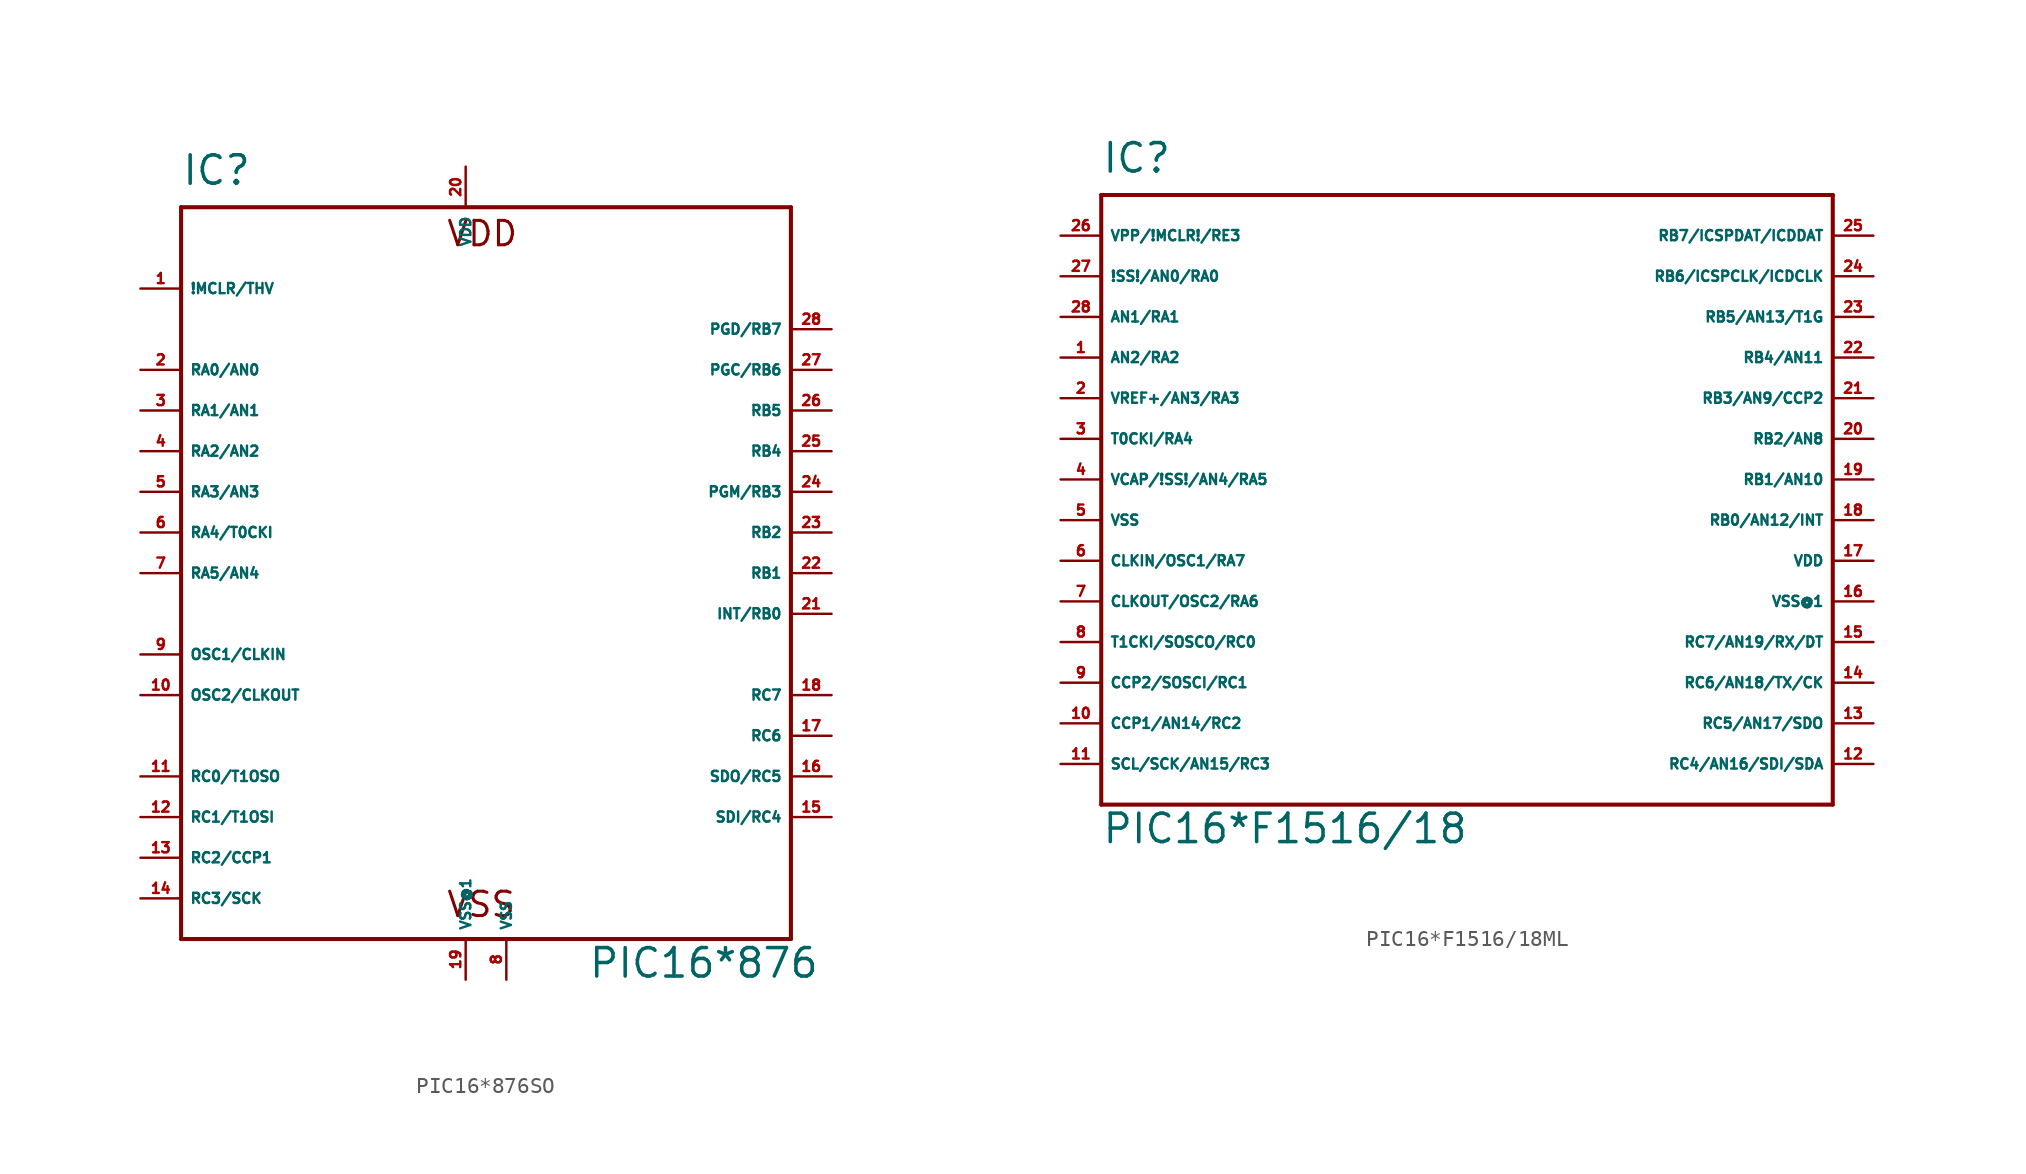
<source format=kicad_sym>
(kicad_symbol_lib
  (version 20220914)
  (generator Eagle2Kicad)
  (symbol "PIC16*876SO"
    (property "Reference" "IC"
      (at -17.78 24.13 0)
      (effects (font (size 1.778 1.778) (thickness 0.22)) (justify left bottom)))
    (property "Value" "PIC16*876"
      (at 7.62 -25.4 0)
      (effects (font (size 1.778 1.778) (thickness 0.22)) (justify left bottom)))
    (polyline
      (pts (xy -17.78 22.86) (xy 20.32 22.86))
      (stroke (width 0.254) (type default))
      (fill (type none)))
    (polyline
      (pts (xy 20.32 22.86) (xy 20.32 -22.86))
      (stroke (width 0.254) (type default))
      (fill (type none)))
    (polyline
      (pts (xy 20.32 -22.86) (xy -17.78 -22.86))
      (stroke (width 0.254) (type default))
      (fill (type none)))
    (polyline
      (pts (xy -17.78 -22.86) (xy -17.78 22.86))
      (stroke (width 0.254) (type default))
      (fill (type none)))
    (text "VDD"
      (at -1.27 20.32 0)
      (effects (font (size 1.524 1.524) (thickness 0.19)) (justify left bottom)))
    (text "VSS"
      (at -1.27 -21.59 0)
      (effects (font (size 1.524 1.524) (thickness 0.19)) (justify left bottom)))
    (pin input line
      (at -20.32 17.78 0)
      (length 2.54)
      (name "!MCLR/THV" (effects (font (size 0.635 0.635) (thickness 0.08)) (justify left bottom)))
      (number "1" (effects (font (size 0.635 0.635) (thickness 0.08)) (justify left bottom))))
    (pin bidirectional line
      (at -20.32 12.7 0)
      (length 2.54)
      (name "RA0/AN0" (effects (font (size 0.635 0.635) (thickness 0.08)) (justify left bottom)))
      (number "2" (effects (font (size 0.635 0.635) (thickness 0.08)) (justify left bottom))))
    (pin bidirectional line
      (at -20.32 10.16 0)
      (length 2.54)
      (name "RA1/AN1" (effects (font (size 0.635 0.635) (thickness 0.08)) (justify left bottom)))
      (number "3" (effects (font (size 0.635 0.635) (thickness 0.08)) (justify left bottom))))
    (pin bidirectional line
      (at -20.32 7.62 0)
      (length 2.54)
      (name "RA2/AN2" (effects (font (size 0.635 0.635) (thickness 0.08)) (justify left bottom)))
      (number "4" (effects (font (size 0.635 0.635) (thickness 0.08)) (justify left bottom))))
    (pin bidirectional line
      (at -20.32 5.08 0)
      (length 2.54)
      (name "RA3/AN3" (effects (font (size 0.635 0.635) (thickness 0.08)) (justify left bottom)))
      (number "5" (effects (font (size 0.635 0.635) (thickness 0.08)) (justify left bottom))))
    (pin bidirectional line
      (at -20.32 2.54 0)
      (length 2.54)
      (name "RA4/T0CKI" (effects (font (size 0.635 0.635) (thickness 0.08)) (justify left bottom)))
      (number "6" (effects (font (size 0.635 0.635) (thickness 0.08)) (justify left bottom))))
    (pin bidirectional line
      (at -20.32 0 0)
      (length 2.54)
      (name "RA5/AN4" (effects (font (size 0.635 0.635) (thickness 0.08)) (justify left bottom)))
      (number "7" (effects (font (size 0.635 0.635) (thickness 0.08)) (justify left bottom))))
    (pin input line
      (at -20.32 -5.08 0)
      (length 2.54)
      (name "OSC1/CLKIN" (effects (font (size 0.635 0.635) (thickness 0.08)) (justify left bottom)))
      (number "9" (effects (font (size 0.635 0.635) (thickness 0.08)) (justify left bottom))))
    (pin output line
      (at -20.32 -7.62 0)
      (length 2.54)
      (name "OSC2/CLKOUT" (effects (font (size 0.635 0.635) (thickness 0.08)) (justify left bottom)))
      (number "10" (effects (font (size 0.635 0.635) (thickness 0.08)) (justify left bottom))))
    (pin bidirectional line
      (at -20.32 -12.7 0)
      (length 2.54)
      (name "RC0/T1OSO" (effects (font (size 0.635 0.635) (thickness 0.08)) (justify left bottom)))
      (number "11" (effects (font (size 0.635 0.635) (thickness 0.08)) (justify left bottom))))
    (pin bidirectional line
      (at -20.32 -15.24 0)
      (length 2.54)
      (name "RC1/T1OSI" (effects (font (size 0.635 0.635) (thickness 0.08)) (justify left bottom)))
      (number "12" (effects (font (size 0.635 0.635) (thickness 0.08)) (justify left bottom))))
    (pin bidirectional line
      (at -20.32 -17.78 0)
      (length 2.54)
      (name "RC2/CCP1" (effects (font (size 0.635 0.635) (thickness 0.08)) (justify left bottom)))
      (number "13" (effects (font (size 0.635 0.635) (thickness 0.08)) (justify left bottom))))
    (pin bidirectional line
      (at -20.32 -20.32 0)
      (length 2.54)
      (name "RC3/SCK" (effects (font (size 0.635 0.635) (thickness 0.08)) (justify left bottom)))
      (number "14" (effects (font (size 0.635 0.635) (thickness 0.08)) (justify left bottom))))
    (pin bidirectional line
      (at 22.86 -15.24 180)
      (length 2.54)
      (name "SDI/RC4" (effects (font (size 0.635 0.635) (thickness 0.08)) (justify left bottom)))
      (number "15" (effects (font (size 0.635 0.635) (thickness 0.08)) (justify left bottom))))
    (pin bidirectional line
      (at 22.86 -12.7 180)
      (length 2.54)
      (name "SDO/RC5" (effects (font (size 0.635 0.635) (thickness 0.08)) (justify left bottom)))
      (number "16" (effects (font (size 0.635 0.635) (thickness 0.08)) (justify left bottom))))
    (pin bidirectional line
      (at 22.86 -10.16 180)
      (length 2.54)
      (name "RC6" (effects (font (size 0.635 0.635) (thickness 0.08)) (justify left bottom)))
      (number "17" (effects (font (size 0.635 0.635) (thickness 0.08)) (justify left bottom))))
    (pin bidirectional line
      (at 22.86 -7.62 180)
      (length 2.54)
      (name "RC7" (effects (font (size 0.635 0.635) (thickness 0.08)) (justify left bottom)))
      (number "18" (effects (font (size 0.635 0.635) (thickness 0.08)) (justify left bottom))))
    (pin unspecified line
      (at 2.54 -25.4 90)
      (length 2.54)
      (name "VSS" (effects (font (size 0.635 0.635) (thickness 0.08)) (justify left bottom)))
      (number "8" (effects (font (size 0.635 0.635) (thickness 0.08)) (justify left bottom))))
    (pin unspecified line
      (at 0 25.4 270)
      (length 2.54)
      (name "VDD" (effects (font (size 0.635 0.635) (thickness 0.08)) (justify left bottom)))
      (number "20" (effects (font (size 0.635 0.635) (thickness 0.08)) (justify left bottom))))
    (pin bidirectional line
      (at 22.86 -2.54 180)
      (length 2.54)
      (name "INT/RB0" (effects (font (size 0.635 0.635) (thickness 0.08)) (justify left bottom)))
      (number "21" (effects (font (size 0.635 0.635) (thickness 0.08)) (justify left bottom))))
    (pin bidirectional line
      (at 22.86 0 180)
      (length 2.54)
      (name "RB1" (effects (font (size 0.635 0.635) (thickness 0.08)) (justify left bottom)))
      (number "22" (effects (font (size 0.635 0.635) (thickness 0.08)) (justify left bottom))))
    (pin bidirectional line
      (at 22.86 2.54 180)
      (length 2.54)
      (name "RB2" (effects (font (size 0.635 0.635) (thickness 0.08)) (justify left bottom)))
      (number "23" (effects (font (size 0.635 0.635) (thickness 0.08)) (justify left bottom))))
    (pin bidirectional line
      (at 22.86 5.08 180)
      (length 2.54)
      (name "PGM/RB3" (effects (font (size 0.635 0.635) (thickness 0.08)) (justify left bottom)))
      (number "24" (effects (font (size 0.635 0.635) (thickness 0.08)) (justify left bottom))))
    (pin bidirectional line
      (at 22.86 7.62 180)
      (length 2.54)
      (name "RB4" (effects (font (size 0.635 0.635) (thickness 0.08)) (justify left bottom)))
      (number "25" (effects (font (size 0.635 0.635) (thickness 0.08)) (justify left bottom))))
    (pin bidirectional line
      (at 22.86 10.16 180)
      (length 2.54)
      (name "RB5" (effects (font (size 0.635 0.635) (thickness 0.08)) (justify left bottom)))
      (number "26" (effects (font (size 0.635 0.635) (thickness 0.08)) (justify left bottom))))
    (pin bidirectional line
      (at 22.86 12.7 180)
      (length 2.54)
      (name "PGC/RB6" (effects (font (size 0.635 0.635) (thickness 0.08)) (justify left bottom)))
      (number "27" (effects (font (size 0.635 0.635) (thickness 0.08)) (justify left bottom))))
    (pin bidirectional line
      (at 22.86 15.24 180)
      (length 2.54)
      (name "PGD/RB7" (effects (font (size 0.635 0.635) (thickness 0.08)) (justify left bottom)))
      (number "28" (effects (font (size 0.635 0.635) (thickness 0.08)) (justify left bottom))))
    (pin unspecified line
      (at 0 -25.4 90)
      (length 2.54)
      (name "VSS@1" (effects (font (size 0.635 0.635) (thickness 0.08)) (justify left bottom)))
      (number "19" (effects (font (size 0.635 0.635) (thickness 0.08)) (justify left bottom)))))
  (symbol "PIC16*F1516/18ML"
    (property "Reference" "IC"
      (at -22.86 19.05 0)
      (effects (font (size 1.778 1.778) (thickness 0.22)) (justify left bottom)))
    (property "Value" "PIC16*F1516/18"
      (at -22.86 -22.86 0)
      (effects (font (size 1.778 1.778) (thickness 0.22)) (justify left bottom)))
    (polyline
      (pts (xy -22.86 17.78) (xy 22.86 17.78))
      (stroke (width 0.254) (type default))
      (fill (type none)))
    (polyline
      (pts (xy 22.86 17.78) (xy 22.86 -20.32))
      (stroke (width 0.254) (type default))
      (fill (type none)))
    (polyline
      (pts (xy 22.86 -20.32) (xy -22.86 -20.32))
      (stroke (width 0.254) (type default))
      (fill (type none)))
    (polyline
      (pts (xy -22.86 -20.32) (xy -22.86 17.78))
      (stroke (width 0.254) (type default))
      (fill (type none)))
    (pin bidirectional line
      (at -25.4 15.24 0)
      (length 2.54)
      (name "VPP/!MCLR!/RE3" (effects (font (size 0.635 0.635) (thickness 0.08)) (justify left bottom)))
      (number "26" (effects (font (size 0.635 0.635) (thickness 0.08)) (justify left bottom))))
    (pin bidirectional line
      (at -25.4 12.7 0)
      (length 2.54)
      (name "!SS!/AN0/RA0" (effects (font (size 0.635 0.635) (thickness 0.08)) (justify left bottom)))
      (number "27" (effects (font (size 0.635 0.635) (thickness 0.08)) (justify left bottom))))
    (pin bidirectional line
      (at -25.4 10.16 0)
      (length 2.54)
      (name "AN1/RA1" (effects (font (size 0.635 0.635) (thickness 0.08)) (justify left bottom)))
      (number "28" (effects (font (size 0.635 0.635) (thickness 0.08)) (justify left bottom))))
    (pin bidirectional line
      (at -25.4 7.62 0)
      (length 2.54)
      (name "AN2/RA2" (effects (font (size 0.635 0.635) (thickness 0.08)) (justify left bottom)))
      (number "1" (effects (font (size 0.635 0.635) (thickness 0.08)) (justify left bottom))))
    (pin bidirectional line
      (at -25.4 5.08 0)
      (length 2.54)
      (name "VREF+/AN3/RA3" (effects (font (size 0.635 0.635) (thickness 0.08)) (justify left bottom)))
      (number "2" (effects (font (size 0.635 0.635) (thickness 0.08)) (justify left bottom))))
    (pin bidirectional line
      (at -25.4 2.54 0)
      (length 2.54)
      (name "T0CKI/RA4" (effects (font (size 0.635 0.635) (thickness 0.08)) (justify left bottom)))
      (number "3" (effects (font (size 0.635 0.635) (thickness 0.08)) (justify left bottom))))
    (pin bidirectional line
      (at -25.4 0 0)
      (length 2.54)
      (name "VCAP/!SS!/AN4/RA5" (effects (font (size 0.635 0.635) (thickness 0.08)) (justify left bottom)))
      (number "4" (effects (font (size 0.635 0.635) (thickness 0.08)) (justify left bottom))))
    (pin bidirectional line
      (at -25.4 -5.08 0)
      (length 2.54)
      (name "CLKIN/OSC1/RA7" (effects (font (size 0.635 0.635) (thickness 0.08)) (justify left bottom)))
      (number "6" (effects (font (size 0.635 0.635) (thickness 0.08)) (justify left bottom))))
    (pin bidirectional line
      (at -25.4 -7.62 0)
      (length 2.54)
      (name "CLKOUT/OSC2/RA6" (effects (font (size 0.635 0.635) (thickness 0.08)) (justify left bottom)))
      (number "7" (effects (font (size 0.635 0.635) (thickness 0.08)) (justify left bottom))))
    (pin bidirectional line
      (at -25.4 -10.16 0)
      (length 2.54)
      (name "T1CKI/SOSCO/RC0" (effects (font (size 0.635 0.635) (thickness 0.08)) (justify left bottom)))
      (number "8" (effects (font (size 0.635 0.635) (thickness 0.08)) (justify left bottom))))
    (pin bidirectional line
      (at -25.4 -12.7 0)
      (length 2.54)
      (name "CCP2/SOSCI/RC1" (effects (font (size 0.635 0.635) (thickness 0.08)) (justify left bottom)))
      (number "9" (effects (font (size 0.635 0.635) (thickness 0.08)) (justify left bottom))))
    (pin bidirectional line
      (at -25.4 -15.24 0)
      (length 2.54)
      (name "CCP1/AN14/RC2" (effects (font (size 0.635 0.635) (thickness 0.08)) (justify left bottom)))
      (number "10" (effects (font (size 0.635 0.635) (thickness 0.08)) (justify left bottom))))
    (pin bidirectional line
      (at -25.4 -17.78 0)
      (length 2.54)
      (name "SCL/SCK/AN15/RC3" (effects (font (size 0.635 0.635) (thickness 0.08)) (justify left bottom)))
      (number "11" (effects (font (size 0.635 0.635) (thickness 0.08)) (justify left bottom))))
    (pin bidirectional line
      (at 25.4 -17.78 180)
      (length 2.54)
      (name "RC4/AN16/SDI/SDA" (effects (font (size 0.635 0.635) (thickness 0.08)) (justify left bottom)))
      (number "12" (effects (font (size 0.635 0.635) (thickness 0.08)) (justify left bottom))))
    (pin bidirectional line
      (at 25.4 -15.24 180)
      (length 2.54)
      (name "RC5/AN17/SDO" (effects (font (size 0.635 0.635) (thickness 0.08)) (justify left bottom)))
      (number "13" (effects (font (size 0.635 0.635) (thickness 0.08)) (justify left bottom))))
    (pin bidirectional line
      (at 25.4 -12.7 180)
      (length 2.54)
      (name "RC6/AN18/TX/CK" (effects (font (size 0.635 0.635) (thickness 0.08)) (justify left bottom)))
      (number "14" (effects (font (size 0.635 0.635) (thickness 0.08)) (justify left bottom))))
    (pin bidirectional line
      (at 25.4 -10.16 180)
      (length 2.54)
      (name "RC7/AN19/RX/DT" (effects (font (size 0.635 0.635) (thickness 0.08)) (justify left bottom)))
      (number "15" (effects (font (size 0.635 0.635) (thickness 0.08)) (justify left bottom))))
    (pin bidirectional line
      (at 25.4 -2.54 180)
      (length 2.54)
      (name "RB0/AN12/INT" (effects (font (size 0.635 0.635) (thickness 0.08)) (justify left bottom)))
      (number "18" (effects (font (size 0.635 0.635) (thickness 0.08)) (justify left bottom))))
    (pin bidirectional line
      (at 25.4 0 180)
      (length 2.54)
      (name "RB1/AN10" (effects (font (size 0.635 0.635) (thickness 0.08)) (justify left bottom)))
      (number "19" (effects (font (size 0.635 0.635) (thickness 0.08)) (justify left bottom))))
    (pin bidirectional line
      (at 25.4 2.54 180)
      (length 2.54)
      (name "RB2/AN8" (effects (font (size 0.635 0.635) (thickness 0.08)) (justify left bottom)))
      (number "20" (effects (font (size 0.635 0.635) (thickness 0.08)) (justify left bottom))))
    (pin bidirectional line
      (at 25.4 5.08 180)
      (length 2.54)
      (name "RB3/AN9/CCP2" (effects (font (size 0.635 0.635) (thickness 0.08)) (justify left bottom)))
      (number "21" (effects (font (size 0.635 0.635) (thickness 0.08)) (justify left bottom))))
    (pin bidirectional line
      (at 25.4 7.62 180)
      (length 2.54)
      (name "RB4/AN11" (effects (font (size 0.635 0.635) (thickness 0.08)) (justify left bottom)))
      (number "22" (effects (font (size 0.635 0.635) (thickness 0.08)) (justify left bottom))))
    (pin bidirectional line
      (at 25.4 10.16 180)
      (length 2.54)
      (name "RB5/AN13/T1G" (effects (font (size 0.635 0.635) (thickness 0.08)) (justify left bottom)))
      (number "23" (effects (font (size 0.635 0.635) (thickness 0.08)) (justify left bottom))))
    (pin bidirectional line
      (at 25.4 12.7 180)
      (length 2.54)
      (name "RB6/ICSPCLK/ICDCLK" (effects (font (size 0.635 0.635) (thickness 0.08)) (justify left bottom)))
      (number "24" (effects (font (size 0.635 0.635) (thickness 0.08)) (justify left bottom))))
    (pin bidirectional line
      (at 25.4 15.24 180)
      (length 2.54)
      (name "RB7/ICSPDAT/ICDDAT" (effects (font (size 0.635 0.635) (thickness 0.08)) (justify left bottom)))
      (number "25" (effects (font (size 0.635 0.635) (thickness 0.08)) (justify left bottom))))
    (pin unspecified line
      (at -25.4 -2.54 0)
      (length 2.54)
      (name "VSS" (effects (font (size 0.635 0.635) (thickness 0.08)) (justify left bottom)))
      (number "5" (effects (font (size 0.635 0.635) (thickness 0.08)) (justify left bottom))))
    (pin unspecified line
      (at 25.4 -7.62 180)
      (length 2.54)
      (name "VSS@1" (effects (font (size 0.635 0.635) (thickness 0.08)) (justify left bottom)))
      (number "16" (effects (font (size 0.635 0.635) (thickness 0.08)) (justify left bottom))))
    (pin unspecified line
      (at 25.4 -5.08 180)
      (length 2.54)
      (name "VDD" (effects (font (size 0.635 0.635) (thickness 0.08)) (justify left bottom)))
      (number "17" (effects (font (size 0.635 0.635) (thickness 0.08)) (justify left bottom))))))
</source>
